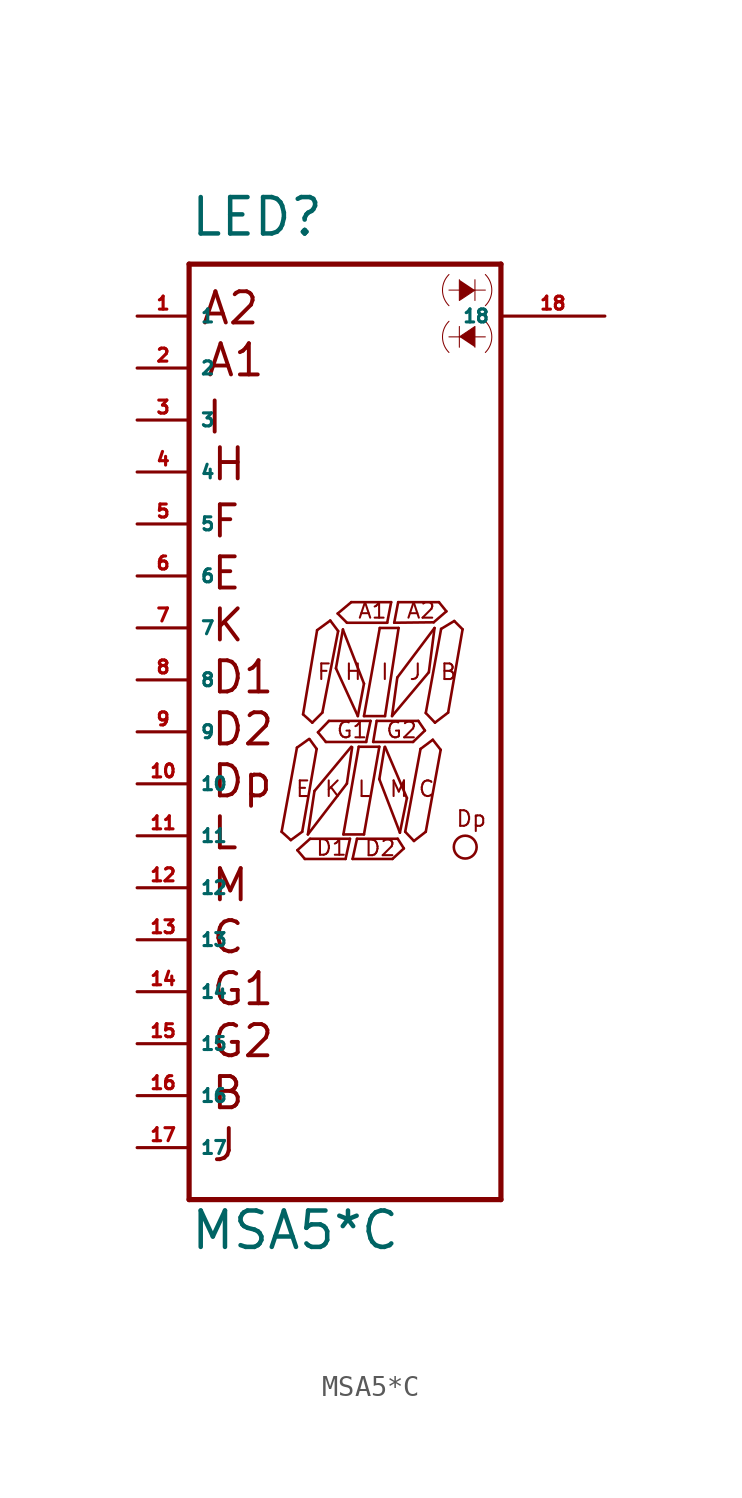
<source format=kicad_sym>
(kicad_symbol_lib
  (version 20220914)
  (generator kicad_symbol_editor)
  (symbol "MSA5*C"
    (property "Reference" "LED"
      (at -7.62 24.13 0)
      (effects (font (size 1.778 1.778) (thickness 0.22)) (justify left bottom)))
    (property "Value" "MSA5*C"
      (at -7.62 -25.4 0)
      (effects (font (size 1.778 1.778) (thickness 0.22)) (justify left bottom)))
    (symbol "MSA5*C_1_1"
      (polyline (pts (xy -7.62 -22.86) (xy -7.62 22.86)) (stroke (width 0.254) (type default)) (fill (type none)))
      (polyline (pts (xy -7.62 22.86) (xy 7.62 22.86)) (stroke (width 0.254) (type default)) (fill (type none)))
      (polyline (pts (xy -3.099 -4.883) (xy -2.349 -0.771)) (stroke (width 0.127) (type default)) (fill (type none)))
      (polyline (pts (xy -2.649 -5.29) (xy -3.099 -4.883)) (stroke (width 0.127) (type default)) (fill (type none)))
      (polyline (pts (xy -2.349 -0.771) (xy -1.75 -0.343)) (stroke (width 0.127) (type default)) (fill (type none)))
      (polyline (pts (xy -2.328 -5.783) (xy -1.707 -5.226)) (stroke (width 0.127) (type default)) (fill (type none)))
      (polyline (pts (xy -2.092 -4.883) (xy -2.649 -5.29)) (stroke (width 0.127) (type default)) (fill (type none)))
      (polyline (pts (xy -2.05 0.857) (xy -1.364 4.969)) (stroke (width 0.127) (type default)) (fill (type none)))
      (polyline (pts (xy -1.964 -6.211) (xy -2.328 -5.783)) (stroke (width 0.127) (type default)) (fill (type none)))
      (polyline (pts (xy -1.814 -5.012) (xy -1.493 -2.891)) (stroke (width 0.127) (type default)) (fill (type none)))
      (polyline (pts (xy -1.728 -0.364) (xy -1.386 -0.835)) (stroke (width 0.127) (type default)) (fill (type none)))
      (polyline (pts (xy -1.707 -5.226) (xy 0.242 -5.226)) (stroke (width 0.127) (type default)) (fill (type none)))
      (polyline (pts (xy -1.6 0.45) (xy -2.05 0.857)) (stroke (width 0.127) (type default)) (fill (type none)))
      (polyline (pts (xy -1.493 -2.891) (xy 0.306 -0.728)) (stroke (width 0.127) (type default)) (fill (type none)))
      (polyline (pts (xy -1.386 -0.835) (xy -2.092 -4.883)) (stroke (width 0.127) (type default)) (fill (type none)))
      (polyline (pts (xy -1.364 4.969) (xy -0.722 5.44)) (stroke (width 0.127) (type default)) (fill (type none)))
      (polyline (pts (xy -1.321 -0.021) (xy -0.786 0.535)) (stroke (width 0.127) (type default)) (fill (type none)))
      (polyline (pts (xy -1.107 0.942) (xy -1.6 0.45)) (stroke (width 0.127) (type default)) (fill (type none)))
      (polyline (pts (xy -0.936 -0.493) (xy -1.321 -0.021)) (stroke (width 0.127) (type default)) (fill (type none)))
      (polyline (pts (xy -0.786 0.535) (xy 1.249 0.535)) (stroke (width 0.127) (type default)) (fill (type none)))
      (polyline (pts (xy -0.722 5.44) (xy -0.336 4.926)) (stroke (width 0.127) (type default)) (fill (type none)))
      (polyline (pts (xy -0.443 3.105) (xy -0.101 5.012)) (stroke (width 0.127) (type default)) (fill (type none)))
      (polyline (pts (xy -0.358 5.783) (xy 0.306 6.339)) (stroke (width 0.127) (type default)) (fill (type none)))
      (polyline (pts (xy -0.336 4.926) (xy -1.107 0.942)) (stroke (width 0.127) (type default)) (fill (type none)))
      (polyline (pts (xy -0.101 4.99) (xy 0.927 2.356)) (stroke (width 0.127) (type default)) (fill (type none)))
      (polyline (pts (xy -0.079 -5.012) (xy 0.67 -0.728)) (stroke (width 0.127) (type default)) (fill (type none)))
      (polyline (pts (xy 0.028 -6.211) (xy -1.964 -6.211)) (stroke (width 0.127) (type default)) (fill (type none)))
      (polyline (pts (xy 0.092 -2.527) (xy -1.814 -5.012)) (stroke (width 0.127) (type default)) (fill (type none)))
      (polyline (pts (xy 0.092 5.333) (xy -0.358 5.783)) (stroke (width 0.127) (type default)) (fill (type none)))
      (polyline (pts (xy 0.242 -5.226) (xy 0.028 -6.211)) (stroke (width 0.127) (type default)) (fill (type none)))
      (polyline (pts (xy 0.306 6.339) (xy 2.255 6.339)) (stroke (width 0.127) (type default)) (fill (type none)))
      (polyline (pts (xy 0.349 -0.75) (xy 0.092 -2.527)) (stroke (width 0.127) (type default)) (fill (type none)))
      (polyline (pts (xy 0.37 -6.211) (xy 0.585 -5.226)) (stroke (width 0.127) (type default)) (fill (type none)))
      (polyline (pts (xy 0.585 -5.226) (xy 2.576 -5.226)) (stroke (width 0.127) (type default)) (fill (type none)))
      (polyline (pts (xy 0.627 0.771) (xy -0.443 3.105)) (stroke (width 0.127) (type default)) (fill (type none)))
      (polyline (pts (xy 0.67 -0.728) (xy 1.677 -0.728)) (stroke (width 0.127) (type default)) (fill (type none)))
      (polyline (pts (xy 0.927 -5.012) (xy -0.079 -5.012)) (stroke (width 0.127) (type default)) (fill (type none)))
      (polyline (pts (xy 0.927 0.771) (xy 1.698 5.076)) (stroke (width 0.127) (type default)) (fill (type none)))
      (polyline (pts (xy 0.927 2.356) (xy 0.627 0.771)) (stroke (width 0.127) (type default)) (fill (type none)))
      (polyline (pts (xy 1.034 -0.493) (xy -0.936 -0.493)) (stroke (width 0.127) (type default)) (fill (type none)))
      (polyline (pts (xy 1.249 0.535) (xy 1.034 -0.493)) (stroke (width 0.127) (type default)) (fill (type none)))
      (polyline (pts (xy 1.377 -0.493) (xy 1.548 0.535)) (stroke (width 0.127) (type default)) (fill (type none)))
      (polyline (pts (xy 1.548 0.535) (xy 3.583 0.535)) (stroke (width 0.127) (type default)) (fill (type none)))
      (polyline (pts (xy 1.677 -2.313) (xy 1.934 -0.75)) (stroke (width 0.127) (type default)) (fill (type none)))
      (polyline (pts (xy 1.677 -0.728) (xy 0.927 -5.012)) (stroke (width 0.127) (type default)) (fill (type none)))
      (polyline (pts (xy 1.698 5.076) (xy 2.619 5.076)) (stroke (width 0.127) (type default)) (fill (type none)))
      (polyline (pts (xy 1.955 -0.728) (xy 3.026 -3.234)) (stroke (width 0.127) (type default)) (fill (type none)))
      (polyline (pts (xy 1.955 0.771) (xy 0.927 0.771)) (stroke (width 0.127) (type default)) (fill (type none)))
      (polyline (pts (xy 2.062 5.333) (xy 0.092 5.333)) (stroke (width 0.127) (type default)) (fill (type none)))
      (polyline (pts (xy 2.255 6.339) (xy 2.062 5.333)) (stroke (width 0.127) (type default)) (fill (type none)))
      (polyline (pts (xy 2.298 0.771) (xy 2.555 2.656)) (stroke (width 0.127) (type default)) (fill (type none)))
      (polyline (pts (xy 2.319 -6.211) (xy 0.37 -6.211)) (stroke (width 0.127) (type default)) (fill (type none)))
      (polyline (pts (xy 2.405 5.333) (xy 2.598 6.339)) (stroke (width 0.127) (type default)) (fill (type none)))
      (polyline (pts (xy 2.555 2.656) (xy 4.375 5.076)) (stroke (width 0.127) (type default)) (fill (type none)))
      (polyline (pts (xy 2.576 -5.226) (xy 2.876 -5.697)) (stroke (width 0.127) (type default)) (fill (type none)))
      (polyline (pts (xy 2.598 6.339) (xy 4.59 6.339)) (stroke (width 0.127) (type default)) (fill (type none)))
      (polyline (pts (xy 2.619 5.076) (xy 1.955 0.771)) (stroke (width 0.127) (type default)) (fill (type none)))
      (polyline (pts (xy 2.683 -4.926) (xy 1.677 -2.313)) (stroke (width 0.127) (type default)) (fill (type none)))
      (polyline (pts (xy 2.876 -5.697) (xy 2.319 -6.211)) (stroke (width 0.127) (type default)) (fill (type none)))
      (polyline (pts (xy 2.941 -4.883) (xy 3.69 -0.835)) (stroke (width 0.127) (type default)) (fill (type none)))
      (polyline (pts (xy 3.026 -3.234) (xy 2.683 -4.926)) (stroke (width 0.127) (type default)) (fill (type none)))
      (polyline (pts (xy 3.326 -0.493) (xy 1.377 -0.493)) (stroke (width 0.127) (type default)) (fill (type none)))
      (polyline (pts (xy 3.369 -5.333) (xy 2.941 -4.883)) (stroke (width 0.127) (type default)) (fill (type none)))
      (polyline (pts (xy 3.583 0.535) (xy 3.904 0.064)) (stroke (width 0.127) (type default)) (fill (type none)))
      (polyline (pts (xy 3.69 -0.835) (xy 4.29 -0.386)) (stroke (width 0.127) (type default)) (fill (type none)))
      (polyline (pts (xy 3.904 0.064) (xy 3.326 -0.493)) (stroke (width 0.127) (type default)) (fill (type none)))
      (polyline (pts (xy 3.947 -4.883) (xy 3.369 -5.333)) (stroke (width 0.127) (type default)) (fill (type none)))
      (polyline (pts (xy 3.947 0.921) (xy 4.697 5.033)) (stroke (width 0.127) (type default)) (fill (type none)))
      (polyline (pts (xy 4.097 2.913) (xy 2.298 0.771)) (stroke (width 0.127) (type default)) (fill (type none)))
      (polyline (pts (xy 4.29 -0.386) (xy 4.675 -0.878)) (stroke (width 0.127) (type default)) (fill (type none)))
      (polyline (pts (xy 4.333 5.354) (xy 2.405 5.333)) (stroke (width 0.127) (type default)) (fill (type none)))
      (polyline (pts (xy 4.375 5.076) (xy 4.097 2.913)) (stroke (width 0.127) (type default)) (fill (type none)))
      (polyline (pts (xy 4.397 0.45) (xy 3.947 0.921)) (stroke (width 0.127) (type default)) (fill (type none)))
      (polyline (pts (xy 4.59 6.339) (xy 4.954 5.89)) (stroke (width 0.127) (type default)) (fill (type none)))
      (polyline (pts (xy 4.675 -0.878) (xy 3.947 -4.883)) (stroke (width 0.127) (type default)) (fill (type none)))
      (polyline (pts (xy 4.697 5.033) (xy 5.339 5.418)) (stroke (width 0.127) (type default)) (fill (type none)))
      (polyline (pts (xy 4.954 5.89) (xy 4.333 5.354)) (stroke (width 0.127) (type default)) (fill (type none)))
      (polyline (pts (xy 5.039 0.942) (xy 4.397 0.45)) (stroke (width 0.127) (type default)) (fill (type none)))
      (polyline (pts (xy 5.08 21.59) (xy 6.858 21.59)) (stroke (width 0.051) (type default)) (fill (type none)))
      (polyline (pts (xy 5.339 5.418) (xy 5.746 5.012)) (stroke (width 0.127) (type default)) (fill (type none)))
      (polyline (pts (xy 5.588 18.796) (xy 5.588 19.812)) (stroke (width 0.051) (type default)) (fill (type none)))
      (polyline (pts (xy 5.746 5.012) (xy 5.039 0.942)) (stroke (width 0.127) (type default)) (fill (type none)))
      (polyline (pts (xy 6.35 22.098) (xy 6.35 21.082)) (stroke (width 0.051) (type default)) (fill (type none)))
      (polyline (pts (xy 6.858 19.304) (xy 5.08 19.304)) (stroke (width 0.051) (type default)) (fill (type none)))
      (polyline (pts (xy 7.62 -22.86) (xy -7.62 -22.86)) (stroke (width 0.254) (type default)) (fill (type none)))
      (polyline (pts (xy 7.62 22.86) (xy 7.62 -22.86)) (stroke (width 0.254) (type default)) (fill (type none)))
      (polyline (pts (xy 5.588 22.098) (xy 5.588 21.082) (xy 6.35 21.59)) (stroke (width 0.051) (type default)) (fill (type outline)))
      (polyline (pts (xy 6.35 18.796) (xy 6.35 19.812) (xy 5.588 19.304)) (stroke (width 0.051) (type default)) (fill (type outline)))
      (arc (start 5.08 20.066) (mid 4.764 19.304) (end 5.08 18.542) (stroke (width 0.0508) (type default)) (fill (type none)))
      (arc (start 5.08 22.352) (mid 4.764 21.59) (end 5.08 20.828) (stroke (width 0.0508) (type default)) (fill (type none)))
      (circle (center 5.875 -5.633) (radius 0.558) (stroke (width 0.127) (type default)) (fill (type none)))
      (arc (start 6.858 18.542) (mid 7.174 19.304) (end 6.858 20.066) (stroke (width 0.0508) (type default)) (fill (type none)))
      (arc (start 6.858 20.828) (mid 7.174 21.59) (end 6.858 22.352) (stroke (width 0.0508) (type default)) (fill (type none)))
      (text "A1" (at -6.858 17.272 0) (effects (font (size 1.524 1.524) (thickness 0.19)) (justify left bottom)))
      (text "A1" (at 0.585 5.483 0) (effects (font (size 0.762 0.762) (thickness 0.1)) (justify left bottom)))
      (text "A2" (at -7.112 19.812 0) (effects (font (size 1.524 1.524) (thickness 0.19)) (justify left bottom)))
      (text "A2" (at 2.962 5.483 0) (effects (font (size 0.762 0.762) (thickness 0.1)) (justify left bottom)))
      (text "B" (at -6.604 -18.542 0) (effects (font (size 1.524 1.524) (thickness 0.19)) (justify left bottom)))
      (text "B" (at 4.611 2.484 0) (effects (font (size 0.762 0.762) (thickness 0.1)) (justify left bottom)))
      (text "C" (at -6.604 -10.922 0) (effects (font (size 1.524 1.524) (thickness 0.19)) (justify left bottom)))
      (text "C" (at 3.54 -3.234 0) (effects (font (size 0.762 0.762) (thickness 0.1)) (justify left bottom)))
      (text "D1" (at -6.604 1.778 0) (effects (font (size 1.524 1.524) (thickness 0.19)) (justify left bottom)))
      (text "D1" (at -1.471 -6.104 0) (effects (font (size 0.762 0.762) (thickness 0.1)) (justify left bottom)))
      (text "D2" (at -6.604 -0.762 0) (effects (font (size 1.524 1.524) (thickness 0.19)) (justify left bottom)))
      (text "D2" (at 0.906 -6.125 0) (effects (font (size 0.762 0.762) (thickness 0.1)) (justify left bottom)))
      (text "Dp" (at -6.604 -3.302 0) (effects (font (size 1.524 1.524) (thickness 0.19)) (justify left bottom)))
      (text "Dp" (at 5.382 -4.69 0) (effects (font (size 0.762 0.762) (thickness 0.1)) (justify left bottom)))
      (text "E" (at -6.604 6.858 0) (effects (font (size 1.524 1.524) (thickness 0.19)) (justify left bottom)))
      (text "E" (at -2.457 -3.234 0) (effects (font (size 0.762 0.762) (thickness 0.1)) (justify left bottom)))
      (text "F" (at -6.604 9.398 0) (effects (font (size 1.524 1.524) (thickness 0.19)) (justify left bottom)))
      (text "F" (at -1.407 2.484 0) (effects (font (size 0.762 0.762) (thickness 0.1)) (justify left bottom)))
      (text "G1" (at -6.604 -13.462 0) (effects (font (size 1.524 1.524) (thickness 0.19)) (justify left bottom)))
      (text "G1" (at -0.465 -0.364 0) (effects (font (size 0.762 0.762) (thickness 0.1)) (justify left bottom)))
      (text "G2" (at -6.604 -16.002 0) (effects (font (size 1.524 1.524) (thickness 0.19)) (justify left bottom)))
      (text "G2" (at 1.955 -0.364 0) (effects (font (size 0.762 0.762) (thickness 0.1)) (justify left bottom)))
      (text "H" (at -6.604 12.192 0) (effects (font (size 1.524 1.524) (thickness 0.19)) (justify left bottom)))
      (text "H" (at -0.058 2.484 0) (effects (font (size 0.762 0.762) (thickness 0.1)) (justify left bottom)))
      (text "I" (at -6.858 14.478 0) (effects (font (size 1.524 1.524) (thickness 0.19)) (justify left bottom)))
      (text "I" (at 1.698 2.484 0) (effects (font (size 0.762 0.762) (thickness 0.1)) (justify left bottom)))
      (text "J" (at -6.604 -21.082 0) (effects (font (size 1.524 1.524) (thickness 0.19)) (justify left bottom)))
      (text "J" (at 3.09 2.484 0) (effects (font (size 0.762 0.762) (thickness 0.1)) (justify left bottom)))
      (text "K" (at -6.604 4.318 0) (effects (font (size 1.524 1.524) (thickness 0.19)) (justify left bottom)))
      (text "K" (at -1.043 -3.234 0) (effects (font (size 0.762 0.762) (thickness 0.1)) (justify left bottom)))
      (text "L" (at -6.604 -5.842 0) (effects (font (size 1.524 1.524) (thickness 0.19)) (justify left bottom)))
      (text "L" (at 0.563 -3.234 0) (effects (font (size 0.762 0.762) (thickness 0.1)) (justify left bottom)))
      (text "M" (at -6.604 -8.382 0) (effects (font (size 1.524 1.524) (thickness 0.19)) (justify left bottom)))
      (text "M" (at 2.127 -3.234 0) (effects (font (size 0.762 0.762) (thickness 0.1)) (justify left bottom)))
      (pin passive line (at -10.16 20.32 0) (length 2.54) (name "1" (effects (font (size 0.635 0.635)))) (number "1" (effects (font (size 0.635 0.635)))))
      (pin passive line (at -10.16 -2.54 0) (length 2.54) (name "10" (effects (font (size 0.635 0.635)))) (number "10" (effects (font (size 0.635 0.635)))))
      (pin passive line (at -10.16 -5.08 0) (length 2.54) (name "11" (effects (font (size 0.635 0.635)))) (number "11" (effects (font (size 0.635 0.635)))))
      (pin passive line (at -10.16 -7.62 0) (length 2.54) (name "12" (effects (font (size 0.635 0.635)))) (number "12" (effects (font (size 0.635 0.635)))))
      (pin passive line (at -10.16 -10.16 0) (length 2.54) (name "13" (effects (font (size 0.635 0.635)))) (number "13" (effects (font (size 0.635 0.635)))))
      (pin passive line (at -10.16 -12.7 0) (length 2.54) (name "14" (effects (font (size 0.635 0.635)))) (number "14" (effects (font (size 0.635 0.635)))))
      (pin passive line (at -10.16 -15.24 0) (length 2.54) (name "15" (effects (font (size 0.635 0.635)))) (number "15" (effects (font (size 0.635 0.635)))))
      (pin passive line (at -10.16 -17.78 0) (length 2.54) (name "16" (effects (font (size 0.635 0.635)))) (number "16" (effects (font (size 0.635 0.635)))))
      (pin passive line (at -10.16 -20.32 0) (length 2.54) (name "17" (effects (font (size 0.635 0.635)))) (number "17" (effects (font (size 0.635 0.635)))))
      (pin passive line (at 12.7 20.32 180) (length 5.08) (name "18" (effects (font (size 0.635 0.635)))) (number "18" (effects (font (size 0.635 0.635)))))
      (pin passive line (at -10.16 17.78 0) (length 2.54) (name "2" (effects (font (size 0.635 0.635)))) (number "2" (effects (font (size 0.635 0.635)))))
      (pin passive line (at -10.16 15.24 0) (length 2.54) (name "3" (effects (font (size 0.635 0.635)))) (number "3" (effects (font (size 0.635 0.635)))))
      (pin passive line (at -10.16 12.7 0) (length 2.54) (name "4" (effects (font (size 0.635 0.635)))) (number "4" (effects (font (size 0.635 0.635)))))
      (pin passive line (at -10.16 10.16 0) (length 2.54) (name "5" (effects (font (size 0.635 0.635)))) (number "5" (effects (font (size 0.635 0.635)))))
      (pin passive line (at -10.16 7.62 0) (length 2.54) (name "6" (effects (font (size 0.635 0.635)))) (number "6" (effects (font (size 0.635 0.635)))))
      (pin passive line (at -10.16 5.08 0) (length 2.54) (name "7" (effects (font (size 0.635 0.635)))) (number "7" (effects (font (size 0.635 0.635)))))
      (pin passive line (at -10.16 2.54 0) (length 2.54) (name "8" (effects (font (size 0.635 0.635)))) (number "8" (effects (font (size 0.635 0.635)))))
      (pin passive line (at -10.16 0 0) (length 2.54) (name "9" (effects (font (size 0.635 0.635)))) (number "9" (effects (font (size 0.635 0.635))))))))
</source>
